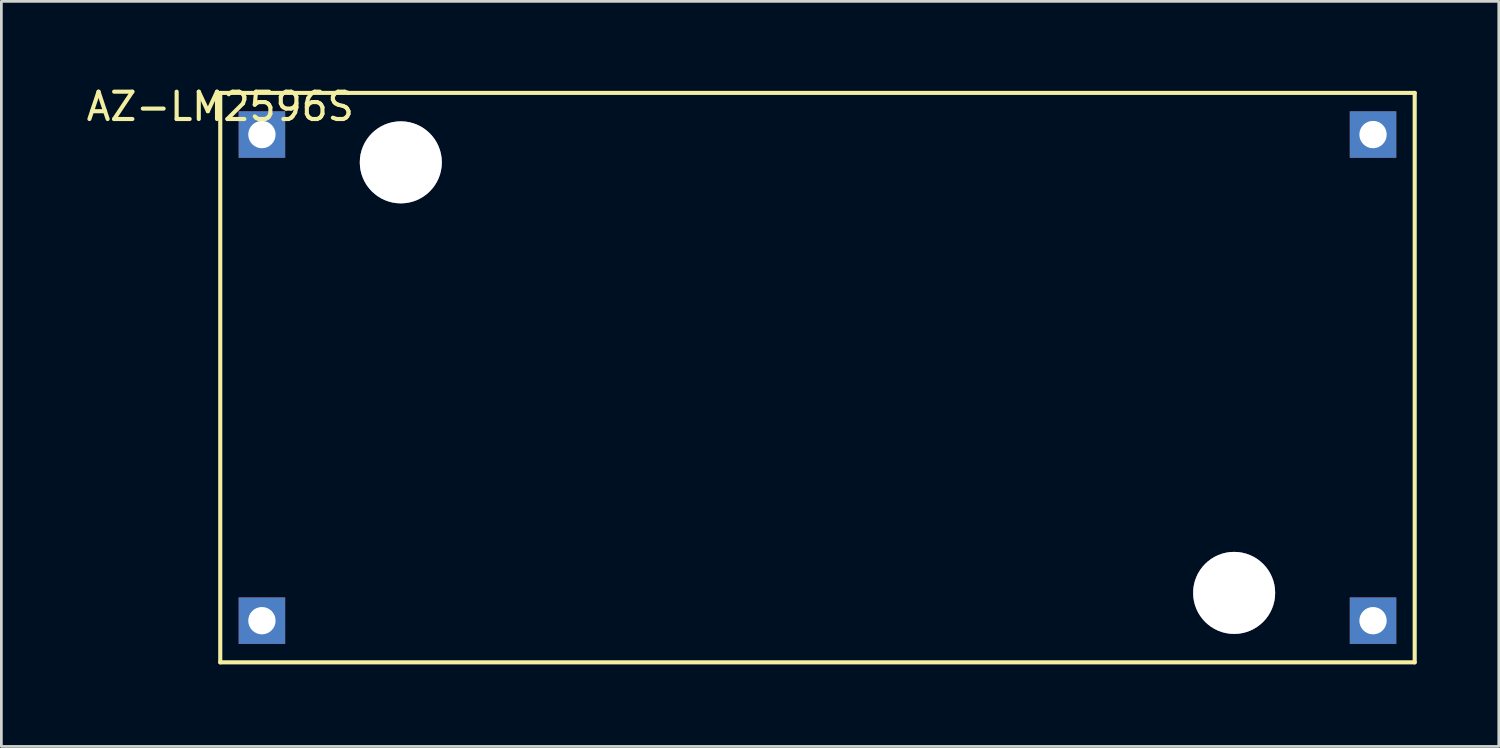
<source format=kicad_pcb>
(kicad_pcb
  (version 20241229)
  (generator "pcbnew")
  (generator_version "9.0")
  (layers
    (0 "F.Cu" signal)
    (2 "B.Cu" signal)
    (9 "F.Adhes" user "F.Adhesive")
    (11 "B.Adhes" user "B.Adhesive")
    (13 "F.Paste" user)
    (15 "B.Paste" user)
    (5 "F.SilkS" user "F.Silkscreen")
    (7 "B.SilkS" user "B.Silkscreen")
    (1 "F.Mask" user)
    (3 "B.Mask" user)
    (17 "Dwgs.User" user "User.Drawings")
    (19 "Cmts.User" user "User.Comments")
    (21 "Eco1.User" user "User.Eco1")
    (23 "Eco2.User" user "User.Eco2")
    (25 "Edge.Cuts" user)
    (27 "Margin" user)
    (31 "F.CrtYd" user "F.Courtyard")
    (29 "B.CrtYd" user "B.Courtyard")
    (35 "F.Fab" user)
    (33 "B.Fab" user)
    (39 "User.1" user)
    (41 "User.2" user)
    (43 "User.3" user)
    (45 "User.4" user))
  (footprint "AZ-LM2596S"
    (layer "F.Cu")
    (at 5.006 0.348)
    (property "Reference" "AZ-LM2596S" (at 0 0.5 0) (layer "F.SilkS") (effects (font (size 1 1) (thickness 0.15))))
    (attr through_hole)
    (fp_line (start 0 0) (end 43.688 0) (stroke (width 0.15) (type solid)) (layer "F.SilkS"))
    (fp_line (start 0 20.828) (end 0 0) (stroke (width 0.15) (type solid)) (layer "F.SilkS"))
    (fp_line (start 43.688 0) (end 43.688 20.828) (stroke (width 0.15) (type solid)) (layer "F.SilkS"))
    (fp_line (start 43.688 20.828) (end 0 20.828) (stroke (width 0.15) (type solid)) (layer "F.SilkS"))
    (pad "1" thru_hole rect (at 1.524 1.524) (size 1.7 1.7) (drill 1) (layers "*.Cu" "*.Mask"))
    (pad "2" thru_hole rect (at 42.164 19.304) (size 1.7 1.7) (drill 1) (layers "*.Cu" "*.Mask"))
    (pad "3" thru_hole rect (at 1.524 19.304) (size 1.7 1.7) (drill 1) (layers "*.Cu" "*.Mask"))
    (pad "4" thru_hole rect (at 42.164 1.524) (size 1.7 1.7) (drill 1) (layers "*.Cu" "*.Mask"))
    (pad "5" thru_hole circle (at 6.604 2.54) (size 3 3) (drill 3) (layers "*.Cu" "*.Mask"))
    (pad "5" thru_hole circle (at 37.084 18.288) (size 3 3) (drill 3) (layers "*.Cu" "*.Mask")))
  (gr_rect
    (start -3 -3)
    (end 51.769 24.251)
    (stroke (width 0.1) (type default))
    (fill no)
    (layer "Edge.Cuts")))
</source>
